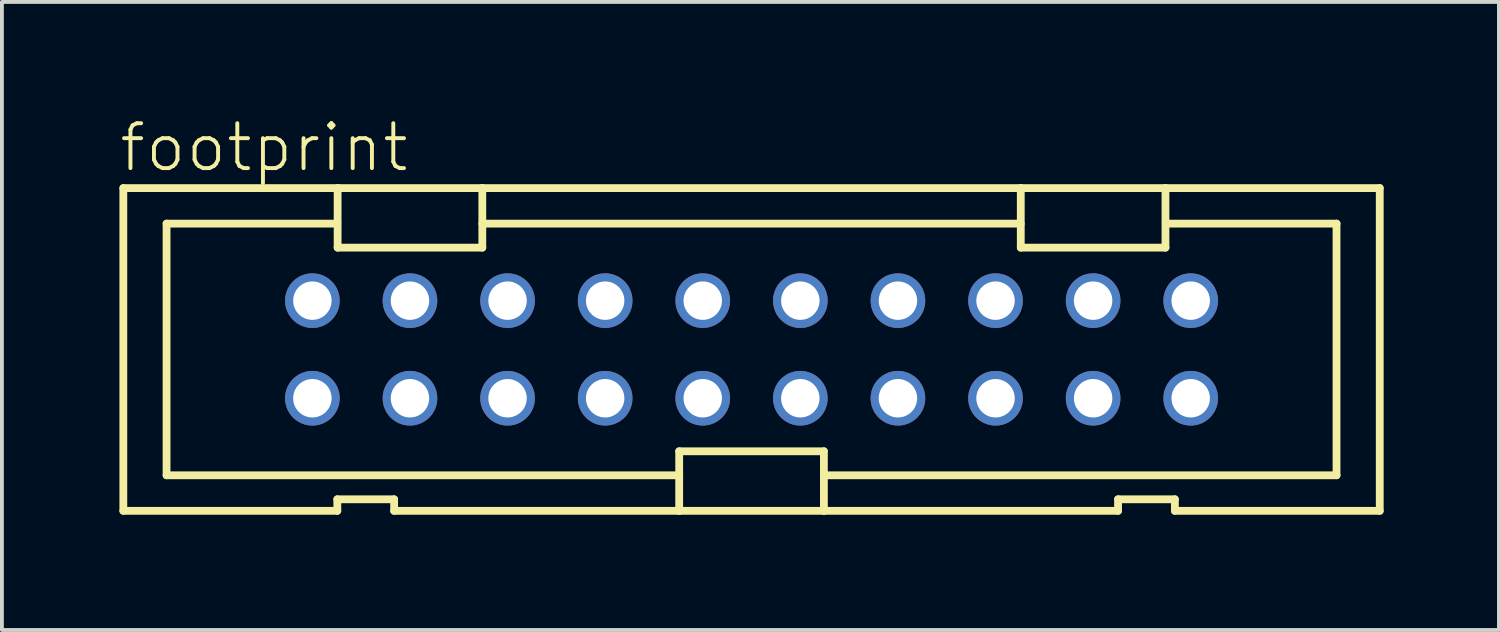
<source format=kicad_pcb>
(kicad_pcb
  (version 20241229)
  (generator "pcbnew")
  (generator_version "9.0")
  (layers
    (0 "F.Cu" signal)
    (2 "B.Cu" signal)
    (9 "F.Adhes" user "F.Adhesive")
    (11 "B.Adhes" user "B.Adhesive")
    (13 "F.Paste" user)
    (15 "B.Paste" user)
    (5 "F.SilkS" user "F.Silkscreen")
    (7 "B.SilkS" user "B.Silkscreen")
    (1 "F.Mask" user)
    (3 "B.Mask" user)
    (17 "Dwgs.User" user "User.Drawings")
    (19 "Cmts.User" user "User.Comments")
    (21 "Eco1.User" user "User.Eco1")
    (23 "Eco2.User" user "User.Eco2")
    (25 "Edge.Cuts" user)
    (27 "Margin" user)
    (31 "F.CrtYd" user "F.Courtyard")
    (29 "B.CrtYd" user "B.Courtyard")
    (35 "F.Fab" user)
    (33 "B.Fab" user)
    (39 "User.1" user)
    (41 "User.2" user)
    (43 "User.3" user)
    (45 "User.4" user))
  (footprint "footprint"
    (layer "F.Cu")
    (at 16.51 6.045)
    (property "Reference" "footprint" (at -16.51 -4.572 0) (layer "F.SilkS") (effects (font (size 1.168 1.168) (thickness 0.102)) (justify left bottom)))
    (fp_line (start -16.35 -4.2) (end -10.773 -4.2) (stroke (width 0.203) (type solid)) (layer "F.SilkS"))
    (fp_line (start -16.35 4.2) (end -16.35 -4.2) (stroke (width 0.203) (type solid)) (layer "F.SilkS"))
    (fp_line (start -15.225 -3.275) (end -10.78 -3.275) (stroke (width 0.203) (type solid)) (layer "F.SilkS"))
    (fp_line (start -15.225 3.275) (end -15.225 -3.275) (stroke (width 0.203) (type solid)) (layer "F.SilkS"))
    (fp_line (start -10.781 3.9) (end -10.781 4.2) (stroke (width 0.203) (type solid)) (layer "F.SilkS"))
    (fp_line (start -10.781 4.2) (end -16.35 4.2) (stroke (width 0.203) (type solid)) (layer "F.SilkS"))
    (fp_line (start -10.773 -4.2) (end -10.773 -2.65) (stroke (width 0.203) (type solid)) (layer "F.SilkS"))
    (fp_line (start -10.773 -4.2) (end -7.007 -4.2) (stroke (width 0.203) (type solid)) (layer "F.SilkS"))
    (fp_line (start -10.773 -2.65) (end -7.007 -2.65) (stroke (width 0.203) (type solid)) (layer "F.SilkS"))
    (fp_line (start -9.302 3.9) (end -10.781 3.9) (stroke (width 0.203) (type solid)) (layer "F.SilkS"))
    (fp_line (start -9.302 4.2) (end -9.302 3.9) (stroke (width 0.203) (type solid)) (layer "F.SilkS"))
    (fp_line (start -7.007 -4.2) (end 7.007 -4.2) (stroke (width 0.203) (type solid)) (layer "F.SilkS"))
    (fp_line (start -7.007 -2.65) (end -7.007 -4.2) (stroke (width 0.203) (type solid)) (layer "F.SilkS"))
    (fp_line (start -7.005 -3.275) (end 7.005 -3.275) (stroke (width 0.203) (type solid)) (layer "F.SilkS"))
    (fp_line (start -1.883 2.65) (end -1.883 4.2) (stroke (width 0.203) (type solid)) (layer "F.SilkS"))
    (fp_line (start -1.883 3.275) (end -15.225 3.275) (stroke (width 0.203) (type solid)) (layer "F.SilkS"))
    (fp_line (start -1.883 4.2) (end -9.302 4.2) (stroke (width 0.203) (type solid)) (layer "F.SilkS"))
    (fp_line (start 1.883 2.65) (end -1.883 2.65) (stroke (width 0.203) (type solid)) (layer "F.SilkS"))
    (fp_line (start 1.883 4.2) (end -1.883 4.2) (stroke (width 0.203) (type solid)) (layer "F.SilkS"))
    (fp_line (start 1.883 4.2) (end 1.883 2.65) (stroke (width 0.203) (type solid)) (layer "F.SilkS"))
    (fp_line (start 7.007 -4.2) (end 7.007 -2.65) (stroke (width 0.203) (type solid)) (layer "F.SilkS"))
    (fp_line (start 7.007 -4.2) (end 10.773 -4.2) (stroke (width 0.203) (type solid)) (layer "F.SilkS"))
    (fp_line (start 7.007 -2.65) (end 10.773 -2.65) (stroke (width 0.203) (type solid)) (layer "F.SilkS"))
    (fp_line (start 9.539 3.9) (end 9.539 4.2) (stroke (width 0.203) (type solid)) (layer "F.SilkS"))
    (fp_line (start 9.539 4.2) (end 1.883 4.2) (stroke (width 0.203) (type solid)) (layer "F.SilkS"))
    (fp_line (start 10.773 -4.2) (end 16.35 -4.2) (stroke (width 0.203) (type solid)) (layer "F.SilkS"))
    (fp_line (start 10.773 -2.65) (end 10.773 -4.2) (stroke (width 0.203) (type solid)) (layer "F.SilkS"))
    (fp_line (start 10.78 -3.275) (end 15.225 -3.275) (stroke (width 0.203) (type solid)) (layer "F.SilkS"))
    (fp_line (start 11.018 3.9) (end 9.539 3.9) (stroke (width 0.203) (type solid)) (layer "F.SilkS"))
    (fp_line (start 11.018 4.2) (end 11.018 3.9) (stroke (width 0.203) (type solid)) (layer "F.SilkS"))
    (fp_line (start 15.225 -3.275) (end 15.225 3.275) (stroke (width 0.203) (type solid)) (layer "F.SilkS"))
    (fp_line (start 15.225 3.275) (end 1.883 3.275) (stroke (width 0.203) (type solid)) (layer "F.SilkS"))
    (fp_line (start 16.35 -4.2) (end 16.35 4.2) (stroke (width 0.203) (type solid)) (layer "F.SilkS"))
    (fp_line (start 16.35 4.2) (end 11.018 4.2) (stroke (width 0.203) (type solid)) (layer "F.SilkS"))
    (pad "1" thru_hole circle (at -11.43 1.27) (size 1.422 1.422) (drill 1) (layers "*.Cu" "*.Mask"))
    (pad "2" thru_hole circle (at -11.43 -1.27) (size 1.422 1.422) (drill 1) (layers "*.Cu" "*.Mask"))
    (pad "3" thru_hole circle (at -8.89 1.27) (size 1.422 1.422) (drill 1) (layers "*.Cu" "*.Mask"))
    (pad "4" thru_hole circle (at -8.89 -1.27) (size 1.422 1.422) (drill 1) (layers "*.Cu" "*.Mask"))
    (pad "5" thru_hole circle (at -6.35 1.27) (size 1.422 1.422) (drill 1) (layers "*.Cu" "*.Mask"))
    (pad "6" thru_hole circle (at -6.35 -1.27) (size 1.422 1.422) (drill 1) (layers "*.Cu" "*.Mask"))
    (pad "7" thru_hole circle (at -3.81 1.27) (size 1.422 1.422) (drill 1) (layers "*.Cu" "*.Mask"))
    (pad "8" thru_hole circle (at -3.81 -1.27) (size 1.422 1.422) (drill 1) (layers "*.Cu" "*.Mask"))
    (pad "9" thru_hole circle (at -1.27 1.27) (size 1.422 1.422) (drill 1) (layers "*.Cu" "*.Mask"))
    (pad "10" thru_hole circle (at -1.27 -1.27) (size 1.422 1.422) (drill 1) (layers "*.Cu" "*.Mask"))
    (pad "11" thru_hole circle (at 1.27 1.27) (size 1.422 1.422) (drill 1) (layers "*.Cu" "*.Mask"))
    (pad "12" thru_hole circle (at 1.27 -1.27) (size 1.422 1.422) (drill 1) (layers "*.Cu" "*.Mask"))
    (pad "13" thru_hole circle (at 3.81 1.27) (size 1.422 1.422) (drill 1) (layers "*.Cu" "*.Mask"))
    (pad "14" thru_hole circle (at 3.81 -1.27) (size 1.422 1.422) (drill 1) (layers "*.Cu" "*.Mask"))
    (pad "15" thru_hole circle (at 6.35 1.27) (size 1.422 1.422) (drill 1) (layers "*.Cu" "*.Mask"))
    (pad "16" thru_hole circle (at 6.35 -1.27) (size 1.422 1.422) (drill 1) (layers "*.Cu" "*.Mask"))
    (pad "17" thru_hole circle (at 8.89 1.27) (size 1.422 1.422) (drill 1) (layers "*.Cu" "*.Mask"))
    (pad "18" thru_hole circle (at 8.89 -1.27) (size 1.422 1.422) (drill 1) (layers "*.Cu" "*.Mask"))
    (pad "19" thru_hole circle (at 11.43 1.27) (size 1.422 1.422) (drill 1) (layers "*.Cu" "*.Mask"))
    (pad "20" thru_hole circle (at 11.43 -1.27) (size 1.422 1.422) (drill 1) (layers "*.Cu" "*.Mask")))
  (gr_rect
    (start -3 -3)
    (end 35.962 13.347)
    (stroke (width 0.1) (type default))
    (fill no)
    (layer "Edge.Cuts")))
</source>
